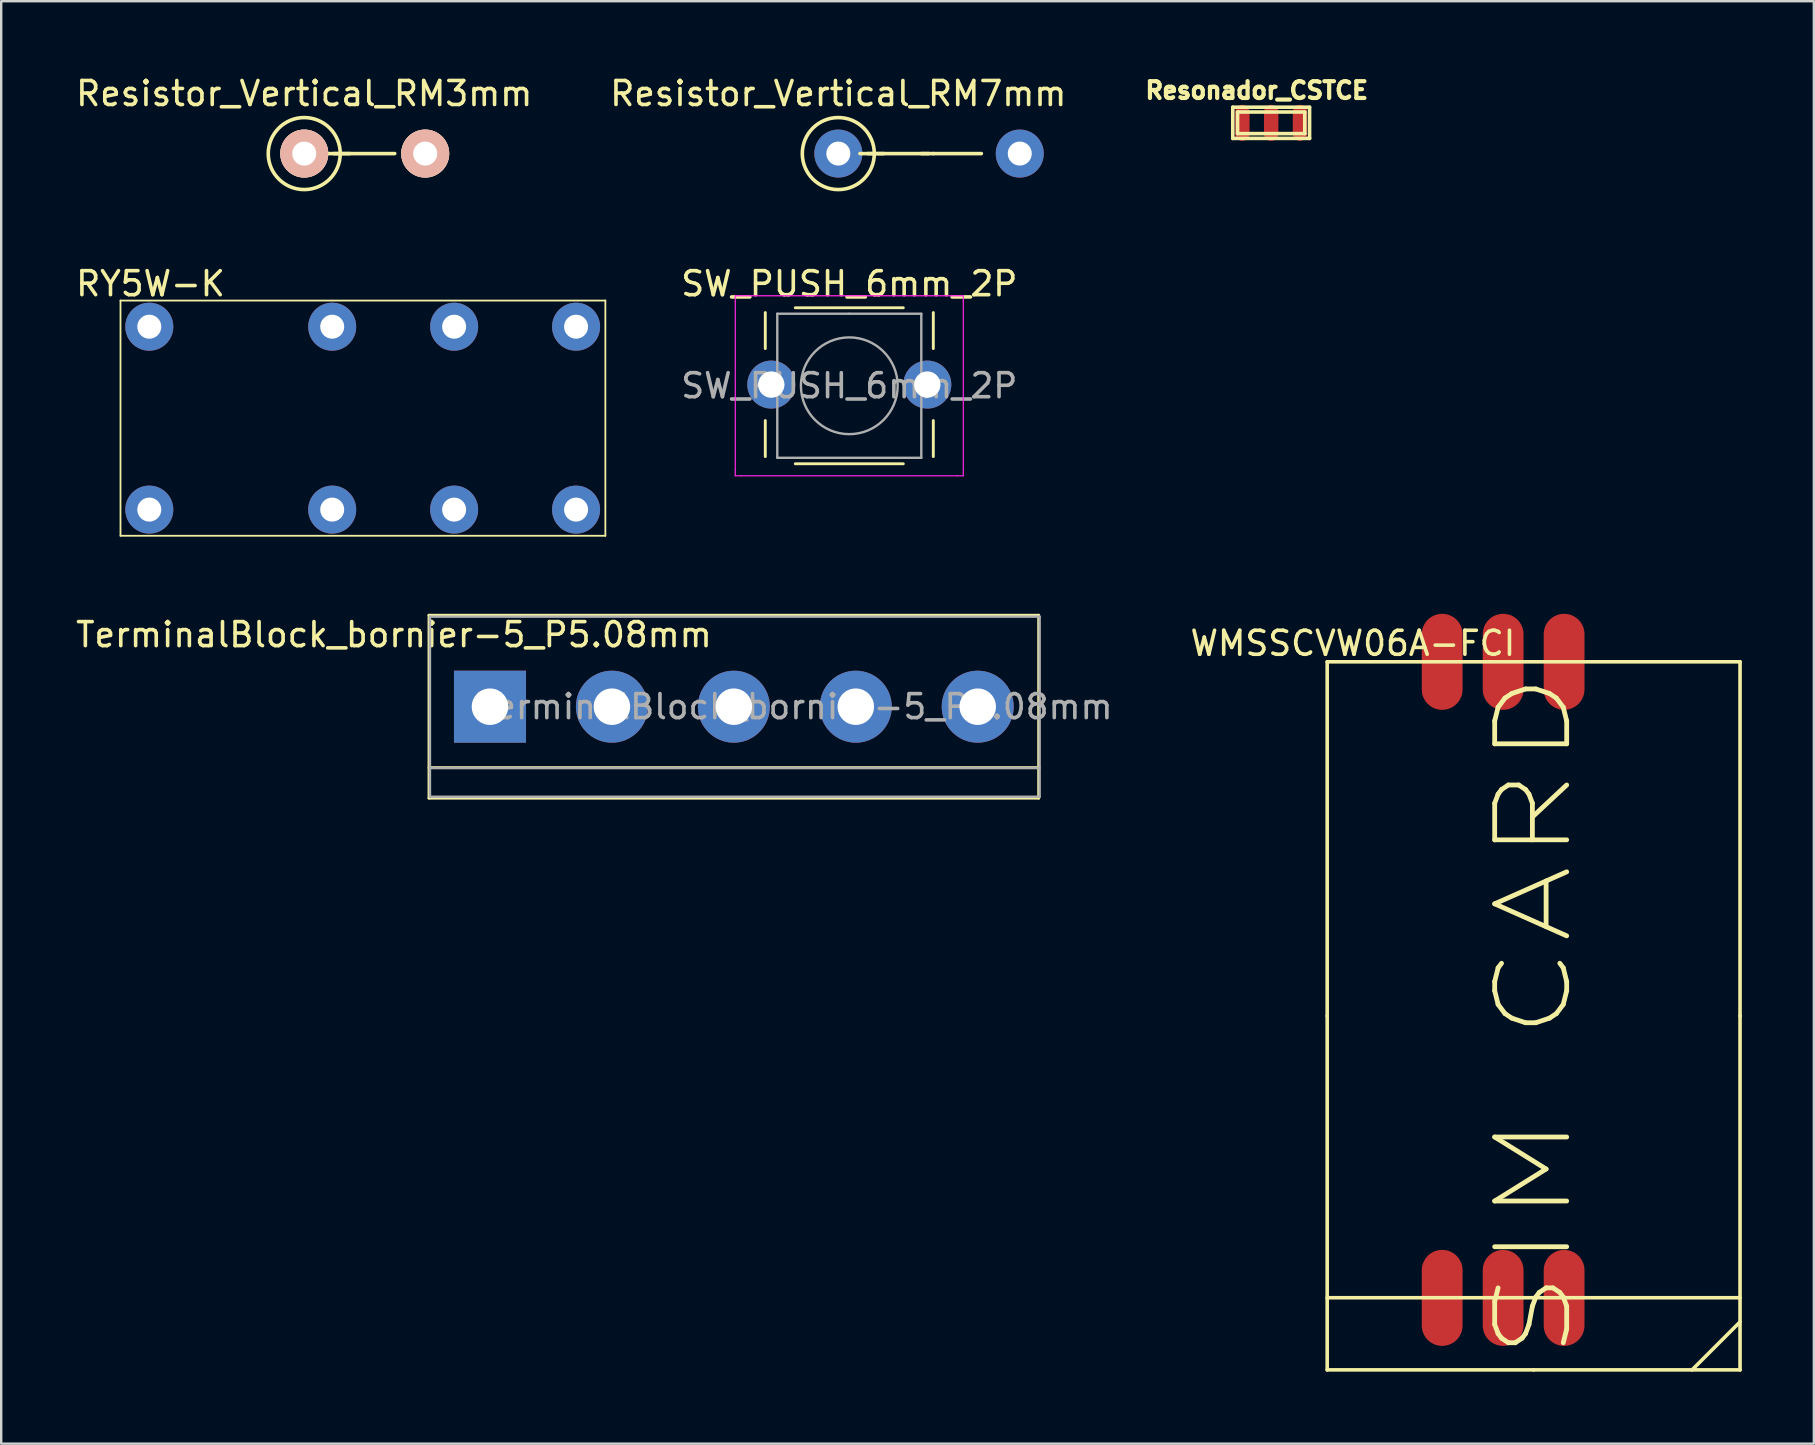
<source format=kicad_pcb>
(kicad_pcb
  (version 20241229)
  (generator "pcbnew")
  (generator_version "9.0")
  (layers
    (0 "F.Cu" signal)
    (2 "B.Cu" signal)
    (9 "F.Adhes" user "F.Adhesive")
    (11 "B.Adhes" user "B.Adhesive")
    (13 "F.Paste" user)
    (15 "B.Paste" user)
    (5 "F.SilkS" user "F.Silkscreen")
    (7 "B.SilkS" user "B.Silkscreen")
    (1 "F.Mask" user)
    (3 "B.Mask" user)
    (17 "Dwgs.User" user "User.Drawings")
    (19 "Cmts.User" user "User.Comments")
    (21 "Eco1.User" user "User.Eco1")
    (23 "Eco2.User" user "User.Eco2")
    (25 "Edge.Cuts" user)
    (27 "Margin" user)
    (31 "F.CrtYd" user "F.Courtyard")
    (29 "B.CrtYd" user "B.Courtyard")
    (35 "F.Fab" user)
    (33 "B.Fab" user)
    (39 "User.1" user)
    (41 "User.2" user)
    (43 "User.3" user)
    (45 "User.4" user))
  (footprint "RY5W-K"
    (layer "F.Cu")
    (at 1.97 19.271)
    (property "Reference" "RY5W-K" (at 1.25 -10.5 0) (layer "F.SilkS") (effects (font (size 1 1) (thickness 0.15))))
    (attr through_hole)
    (fp_line (start 0 0) (end 0 -9.8) (stroke (width 0.075) (type solid)) (layer "F.SilkS"))
    (fp_line (start 0 0) (end 20.2 0) (stroke (width 0.075) (type solid)) (layer "F.SilkS"))
    (fp_line (start 20.2 -9.8) (end 0 -9.8) (stroke (width 0.075) (type solid)) (layer "F.SilkS"))
    (fp_line (start 20.2 0) (end 20.2 -9.8) (stroke (width 0.075) (type solid)) (layer "F.SilkS"))
    (pad "1" thru_hole circle (at 1.2 -8.71) (size 2 2) (drill 1) (layers "*.Cu" "*.Mask"))
    (pad "2" thru_hole circle (at 8.82 -8.71) (size 2 2) (drill 1) (layers "*.Cu" "*.Mask"))
    (pad "3" thru_hole circle (at 13.9 -8.71) (size 2 2) (drill 1) (layers "*.Cu" "*.Mask"))
    (pad "4" thru_hole circle (at 18.98 -8.71) (size 2 2) (drill 1) (layers "*.Cu" "*.Mask"))
    (pad "7" thru_hole circle (at 18.98 -1.09) (size 2 2) (drill 1) (layers "*.Cu" "*.Mask"))
    (pad "8" thru_hole circle (at 13.9 -1.09) (size 2 2) (drill 1) (layers "*.Cu" "*.Mask"))
    (pad "9" thru_hole circle (at 8.82 -1.09) (size 2 2) (drill 1) (layers "*.Cu" "*.Mask"))
    (pad "10" thru_hole circle (at 1.2 -1.09) (size 2 2) (drill 1) (layers "*.Cu" "*.Mask")))
  (footprint "Resistor_Vertical_RM3mm"
    (layer "F.Cu")
    (at 9.585 3.348)
    (property "Reference" "Resistor_Vertical_RM3mm" (at 0.04 -2.5 0) (layer "F.SilkS") (effects (font (size 1 1) (thickness 0.15))))
    (attr through_hole)
    (fp_line (start 0.941 0) (end 1.942 0) (stroke (width 0.15) (type solid)) (layer "F.SilkS"))
    (fp_line (start 1.27 0) (end 3.81 0) (stroke (width 0.15) (type solid)) (layer "F.SilkS"))
    (fp_circle (center 0.04 0) (end 0.04 1.5) (stroke (width 0.15) (type solid)) (fill no) (layer "F.SilkS"))
    (pad "1" thru_hole circle (at 0.041 0) (size 1.999 1.999) (drill 1.001) (layers "*.Cu" "*.SilkS" "*.Mask"))
    (pad "2" thru_hole circle (at 5.08 0) (size 1.999 1.999) (drill 1.001) (layers "*.Cu" "*.SilkS" "*.Mask")))
  (footprint "TerminalBlock_bornier-5_P5.08mm"
    (layer "F.Cu")
    (at 17.363 26.392)
    (property "Reference" "TerminalBlock_bornier-5_P5.08mm" (at -4 -3 0) (layer "F.SilkS") (effects (font (size 1 1) (thickness 0.15))))
    (attr through_hole)
    (fp_line (start -2.54 -3.81) (end -2.54 3.81) (stroke (width 0.12) (type solid)) (layer "F.SilkS"))
    (fp_line (start -2.54 -3.81) (end 22.86 -3.81) (stroke (width 0.12) (type solid)) (layer "F.SilkS"))
    (fp_line (start -2.54 2.54) (end 22.86 2.54) (stroke (width 0.12) (type solid)) (layer "F.SilkS"))
    (fp_line (start -2.54 3.81) (end 22.86 3.81) (stroke (width 0.12) (type solid)) (layer "F.SilkS"))
    (fp_line (start 22.86 3.81) (end 22.86 -3.81) (stroke (width 0.12) (type solid)) (layer "F.SilkS"))
    (fp_line (start -2.5 -3.75) (end -2.5 3.75) (stroke (width 0.1) (type solid)) (layer "F.Fab"))
    (fp_line (start -2.5 2.55) (end 22.9 2.55) (stroke (width 0.1) (type solid)) (layer "F.Fab"))
    (fp_line (start -2.5 3.75) (end 22.9 3.75) (stroke (width 0.1) (type solid)) (layer "F.Fab"))
    (fp_line (start 22.9 -3.75) (end -2.5 -3.75) (stroke (width 0.1) (type solid)) (layer "F.Fab"))
    (fp_line (start 22.9 3.75) (end 22.9 -3.75) (stroke (width 0.1) (type solid)) (layer "F.Fab"))
    (fp_text user "${REFERENCE}" (at 12.7 0 0) (layer "F.Fab") (effects (font (size 1 1) (thickness 0.15))))
    (pad "1" thru_hole rect (at 0 0) (size 3 3) (drill 1.52) (layers "*.Cu" "*.Mask"))
    (pad "2" thru_hole circle (at 5.08 0) (size 3 3) (drill 1.52) (layers "*.Cu" "*.Mask"))
    (pad "3" thru_hole circle (at 10.16 0) (size 3 3) (drill 1.52) (layers "*.Cu" "*.Mask"))
    (pad "4" thru_hole circle (at 15.24 0) (size 3 3) (drill 1.52) (layers "*.Cu" "*.Mask"))
    (pad "5" thru_hole circle (at 20.32 0) (size 3 3) (drill 1.52) (layers "*.Cu" "*.Mask")))
  (footprint "Resonador_CSTCE"
    (layer "F.Cu")
    (at 48.309 2.717)
    (property "Reference" "Resonador_CSTCE" (at 1 -2 0) (layer "F.SilkS") (effects (font (size 0.7 0.7) (thickness 0.175))))
    (attr through_hole)
    (fp_line (start 0 -1.3) (end 3.2 -1.3) (stroke (width 0.15) (type solid)) (layer "F.SilkS"))
    (fp_line (start 0 0) (end 0 -1.3) (stroke (width 0.15) (type solid)) (layer "F.SilkS"))
    (fp_line (start 0.2 -1.1) (end 0.2 -0.2) (stroke (width 0.15) (type solid)) (layer "F.SilkS"))
    (fp_line (start 0.2 -0.2) (end 3 -0.2) (stroke (width 0.15) (type solid)) (layer "F.SilkS"))
    (fp_line (start 3 -1.1) (end 0.2 -1.1) (stroke (width 0.15) (type solid)) (layer "F.SilkS"))
    (fp_line (start 3 -0.2) (end 3 -1.1) (stroke (width 0.15) (type solid)) (layer "F.SilkS"))
    (fp_line (start 3.2 -1.3) (end 3.2 0) (stroke (width 0.15) (type solid)) (layer "F.SilkS"))
    (fp_line (start 3.2 0) (end 0 0) (stroke (width 0.15) (type solid)) (layer "F.SilkS"))
    (pad "1" smd oval (at 0.4 -0.65) (size 0.6 1.5) (layers "F.Cu" "F.Mask" "F.Paste"))
    (pad "2" smd oval (at 1.6 -0.65) (size 0.6 1.5) (layers "F.Cu" "F.Mask" "F.Paste"))
    (pad "3" smd oval (at 2.8 -0.65) (size 0.6 1.5) (layers "F.Cu" "F.Mask" "F.Paste")))
  (footprint "SW_PUSH_6mm_2P"
    (layer "F.Cu")
    (at 29.083 12.972)
    (property "Reference" "SW_PUSH_6mm_2P" (at 3.25 -4.2 0) (layer "F.SilkS") (effects (font (size 1 1) (thickness 0.15))))
    (attr through_hole)
    (fp_line (start -0.25 -3) (end -0.25 -1.5) (stroke (width 0.12) (type solid)) (layer "F.SilkS"))
    (fp_line (start -0.25 1.5) (end -0.25 3) (stroke (width 0.12) (type solid)) (layer "F.SilkS"))
    (fp_line (start 1 3.3) (end 5.5 3.3) (stroke (width 0.12) (type solid)) (layer "F.SilkS"))
    (fp_line (start 5.5 -3.2) (end 1 -3.2) (stroke (width 0.12) (type solid)) (layer "F.SilkS"))
    (fp_line (start 6.75 -1.5) (end 6.75 -3) (stroke (width 0.12) (type solid)) (layer "F.SilkS"))
    (fp_line (start 6.75 3) (end 6.75 1.5) (stroke (width 0.12) (type solid)) (layer "F.SilkS"))
    (fp_line (start -1.5 -3.7) (end -1.25 -3.7) (stroke (width 0.05) (type solid)) (layer "F.CrtYd"))
    (fp_line (start -1.5 -3.45) (end -1.5 -3.7) (stroke (width 0.05) (type solid)) (layer "F.CrtYd"))
    (fp_line (start -1.5 3.55) (end -1.5 -3.45) (stroke (width 0.05) (type solid)) (layer "F.CrtYd"))
    (fp_line (start -1.5 3.55) (end -1.5 3.8) (stroke (width 0.05) (type solid)) (layer "F.CrtYd"))
    (fp_line (start -1.5 3.8) (end -1.25 3.8) (stroke (width 0.05) (type solid)) (layer "F.CrtYd"))
    (fp_line (start -1.25 -3.7) (end 7.75 -3.7) (stroke (width 0.05) (type solid)) (layer "F.CrtYd"))
    (fp_line (start 7.75 -3.7) (end 8 -3.7) (stroke (width 0.05) (type solid)) (layer "F.CrtYd"))
    (fp_line (start 7.75 3.8) (end -1.25 3.8) (stroke (width 0.05) (type solid)) (layer "F.CrtYd"))
    (fp_line (start 7.75 3.8) (end 8 3.8) (stroke (width 0.05) (type solid)) (layer "F.CrtYd"))
    (fp_line (start 8 -3.7) (end 8 -3.45) (stroke (width 0.05) (type solid)) (layer "F.CrtYd"))
    (fp_line (start 8 -3.45) (end 8 3.55) (stroke (width 0.05) (type solid)) (layer "F.CrtYd"))
    (fp_line (start 8 3.8) (end 8 3.55) (stroke (width 0.05) (type solid)) (layer "F.CrtYd"))
    (fp_line (start 0.25 -2.95) (end 3.25 -2.95) (stroke (width 0.1) (type solid)) (layer "F.Fab"))
    (fp_line (start 0.25 3.05) (end 0.25 -2.95) (stroke (width 0.1) (type solid)) (layer "F.Fab"))
    (fp_line (start 3.25 -2.95) (end 6.25 -2.95) (stroke (width 0.1) (type solid)) (layer "F.Fab"))
    (fp_line (start 6.25 -2.95) (end 6.25 3.05) (stroke (width 0.1) (type solid)) (layer "F.Fab"))
    (fp_line (start 6.25 3.05) (end 0.25 3.05) (stroke (width 0.1) (type solid)) (layer "F.Fab"))
    (fp_circle (center 3.25 0.05) (end 1.25 0.3) (stroke (width 0.1) (type solid)) (fill no) (layer "F.Fab"))
    (fp_text user "${REFERENCE}" (at 3.25 0.05 0) (layer "F.Fab") (effects (font (size 1 1) (thickness 0.15))))
    (pad "1" thru_hole circle (at 0 0 90) (size 2 2) (drill 1.1) (layers "*.Cu" "*.Mask"))
    (pad "2" thru_hole circle (at 6.5 0 90) (size 2 2) (drill 1.1) (layers "*.Cu" "*.Mask")))
  (footprint "WMSSCVW06A-FCI"
    (layer "F.Cu")
    (at 60.843 39.272)
    (property "Reference" "WMSSCVW06A-FCI" (at -7.53 -15.52 0) (layer "F.SilkS") (effects (font (size 1 1) (thickness 0.15))))
    (attr through_hole)
    (fp_line (start -8.6 -14.75) (end 8.6 -14.75) (stroke (width 0.15) (type solid)) (layer "F.SilkS"))
    (fp_line (start -8.6 0) (end -8.6 -14.75) (stroke (width 0.15) (type solid)) (layer "F.SilkS"))
    (fp_line (start -8.6 14.75) (end -8.6 0) (stroke (width 0.15) (type solid)) (layer "F.SilkS"))
    (fp_line (start 0 14.75) (end -8.6 14.75) (stroke (width 0.15) (type solid)) (layer "F.SilkS"))
    (fp_line (start 0 14.75) (end 8.6 14.75) (stroke (width 0.15) (type solid)) (layer "F.SilkS"))
    (fp_line (start 6.6 14.75) (end 8.6 12.75) (stroke (width 0.15) (type solid)) (layer "F.SilkS"))
    (fp_line (start 8.6 -14.75) (end 8.6 0) (stroke (width 0.15) (type solid)) (layer "F.SilkS"))
    (fp_line (start 8.6 11.745) (end -8.6 11.745) (stroke (width 0.15) (type solid)) (layer "F.SilkS"))
    (fp_line (start 8.6 14.75) (end 8.6 0) (stroke (width 0.15) (type solid)) (layer "F.SilkS"))
    (fp_text user "SIM CARD" (at 0 0 90) (layer "F.SilkS") (effects (font (size 3 4) (thickness 0.2))))
    (pad "1" smd oval (at -3.81 11.75) (size 1.7 4) (layers "F.Cu" "F.Mask" "F.Paste"))
    (pad "2" smd oval (at -1.27 11.75) (size 1.7 4) (layers "F.Cu" "F.Mask" "F.Paste"))
    (pad "3" smd oval (at 1.27 11.75) (size 1.7 4) (layers "F.Cu" "F.Mask" "F.Paste"))
    (pad "4" smd oval (at 1.27 -14.75) (size 1.7 4) (layers "F.Cu" "F.Mask" "F.Paste"))
    (pad "5" smd oval (at -1.27 -14.75) (size 1.7 4) (layers "F.Cu" "F.Mask" "F.Paste"))
    (pad "6" smd oval (at -3.81 -14.75) (size 1.7 4) (layers "F.Cu" "F.Mask" "F.Paste")))
  (footprint "Resistor_Vertical_RM7mm"
    (layer "F.Cu")
    (at 31.835 3.348)
    (property "Reference" "Resistor_Vertical_RM7mm" (at 0.04 -2.5 0) (layer "F.SilkS") (effects (font (size 1 1) (thickness 0.15))))
    (attr through_hole)
    (fp_line (start 0.941 0) (end 1.942 0) (stroke (width 0.15) (type solid)) (layer "F.SilkS"))
    (fp_line (start 1.27 0) (end 3.81 0) (stroke (width 0.15) (type solid)) (layer "F.SilkS"))
    (fp_line (start 3.5 0) (end 4 0) (stroke (width 0.15) (type solid)) (layer "F.SilkS"))
    (fp_line (start 4 0) (end 6 0) (stroke (width 0.15) (type solid)) (layer "F.SilkS"))
    (fp_circle (center 0.04 0) (end 0.04 1.5) (stroke (width 0.15) (type solid)) (fill no) (layer "F.SilkS"))
    (pad "1" thru_hole circle (at 0.041 0) (size 2 2) (drill 1) (layers "*.Cu" "*.Mask"))
    (pad "2" thru_hole circle (at 7.6 0) (size 2 2) (drill 1) (layers "*.Cu" "*.Mask")))
  (gr_rect
    (start -3 -3)
    (end 72.518 57.096)
    (stroke (width 0.1) (type default))
    (fill no)
    (layer "Edge.Cuts")))
</source>
